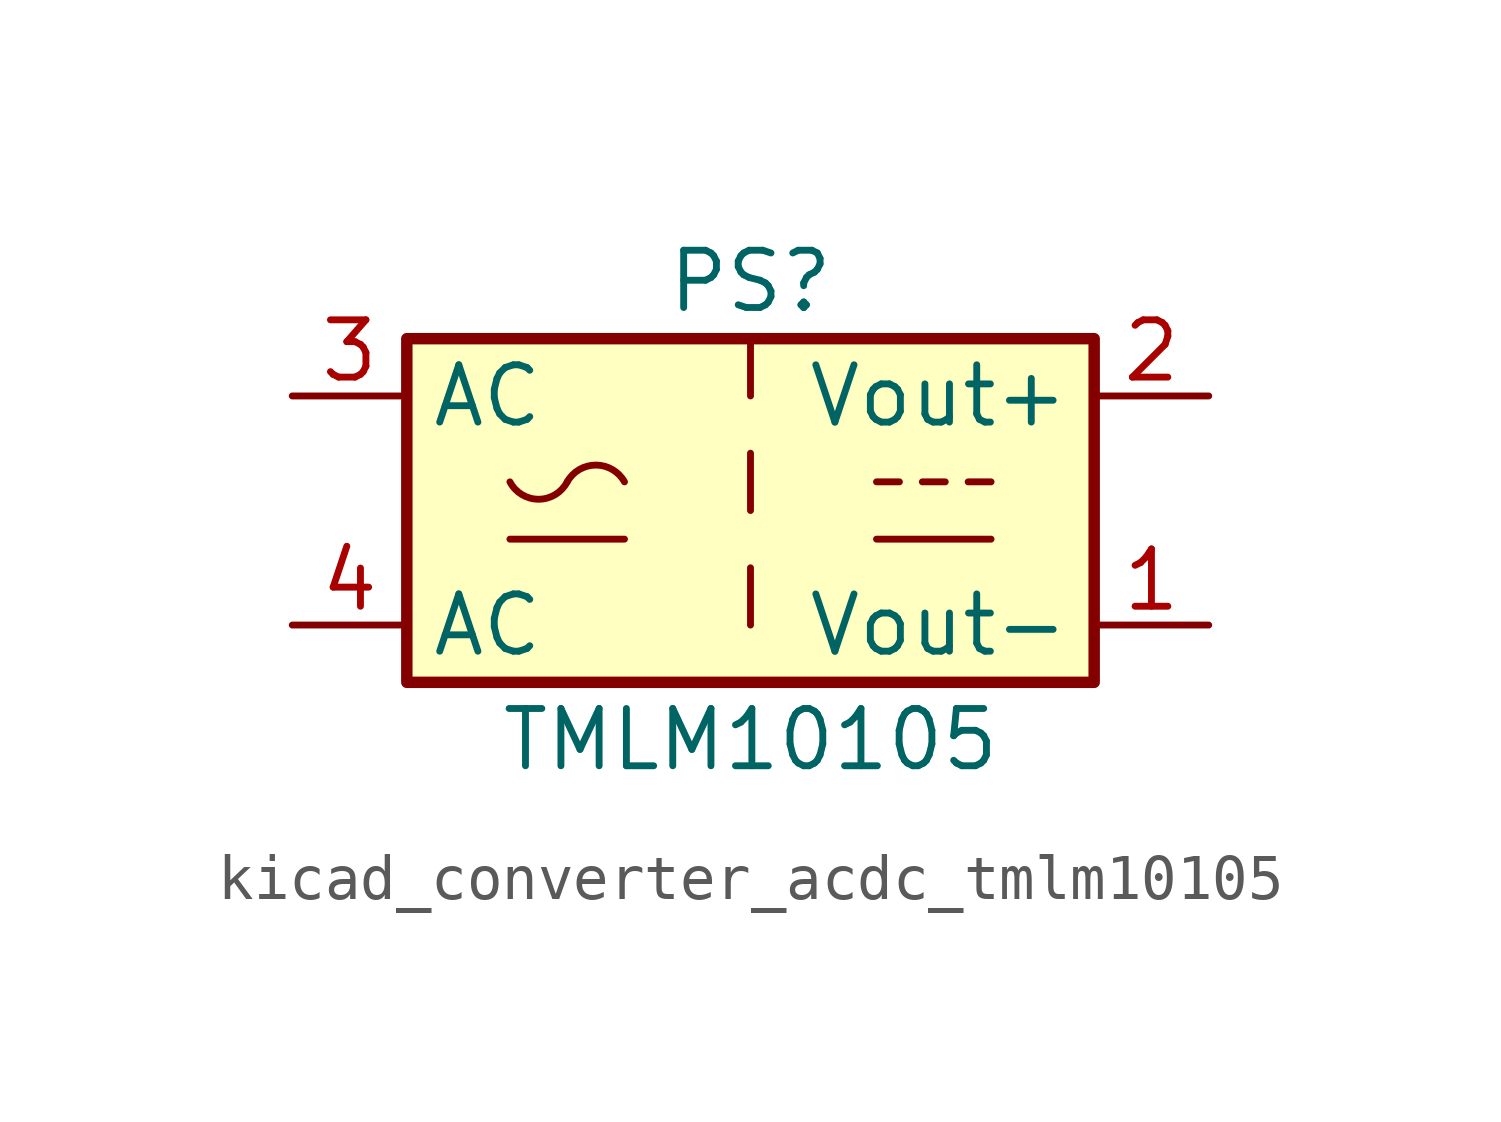
<source format=kicad_sym>
(kicad_symbol_lib
  (version 20220914)
  (generator kicad_symbol_editor)
  (symbol "kicad_converter_acdc_tmlm10105"
    (property "Reference" "PS"
      (at 0 5.08 0)
      (effects (font (size 1.27 1.27))))
    (property "Value" "TMLM10105"
      (at 0 -5.08 0)
      (effects (font (size 1.27 1.27))))
    (symbol "kicad_converter_acdc_tmlm10105_0_1"
      (rectangle (start -7.62 3.81) (end 7.62 -3.81) (stroke (width 0.254) (type default)) (fill (type background)))
      (arc (start -5.334 0.635) (mid -4.699 0.2495) (end -4.064 0.635) (stroke (width 0) (type default)) (fill (type none)))
      (arc (start -2.794 0.635) (mid -3.429 1.0072) (end -4.064 0.635) (stroke (width 0) (type default)) (fill (type none)))
      (polyline (pts (xy -5.334 -0.635) (xy -2.794 -0.635)) (stroke (width 0) (type default)) (fill (type none)))
      (polyline (pts (xy 2.794 -0.635) (xy 5.334 -0.635)) (stroke (width 0) (type default)) (fill (type none)))
      (polyline (pts (xy 2.794 0.635) (xy 3.302 0.635)) (stroke (width 0) (type default)) (fill (type none)))
      (polyline (pts (xy 3.81 0.635) (xy 4.318 0.635)) (stroke (width 0) (type default)) (fill (type none)))
      (polyline (pts (xy 4.826 0.635) (xy 5.334 0.635)) (stroke (width 0) (type default)) (fill (type none))))
    (symbol "kicad_converter_acdc_tmlm10105_1_1"
      (polyline (pts (xy 0 -1.27) (xy 0 -2.54)) (stroke (width 0) (type default)) (fill (type none)))
      (polyline (pts (xy 0 1.27) (xy 0 0)) (stroke (width 0) (type default)) (fill (type none)))
      (polyline (pts (xy 0 3.81) (xy 0 2.54)) (stroke (width 0) (type default)) (fill (type none)))
      (pin power_out line (at 10.16 -2.54 180) (length 2.54) (name "Vout-" (effects (font (size 1.27 1.27)))) (number "1" (effects (font (size 1.27 1.27)))))
      (pin power_out line (at 10.16 2.54 180) (length 2.54) (name "Vout+" (effects (font (size 1.27 1.27)))) (number "2" (effects (font (size 1.27 1.27)))))
      (pin power_in line (at -10.16 2.54 0) (length 2.54) (name "AC" (effects (font (size 1.27 1.27)))) (number "3" (effects (font (size 1.27 1.27)))))
      (pin power_in line (at -10.16 -2.54 0) (length 2.54) (name "AC" (effects (font (size 1.27 1.27)))) (number "4" (effects (font (size 1.27 1.27))))))))
</source>
